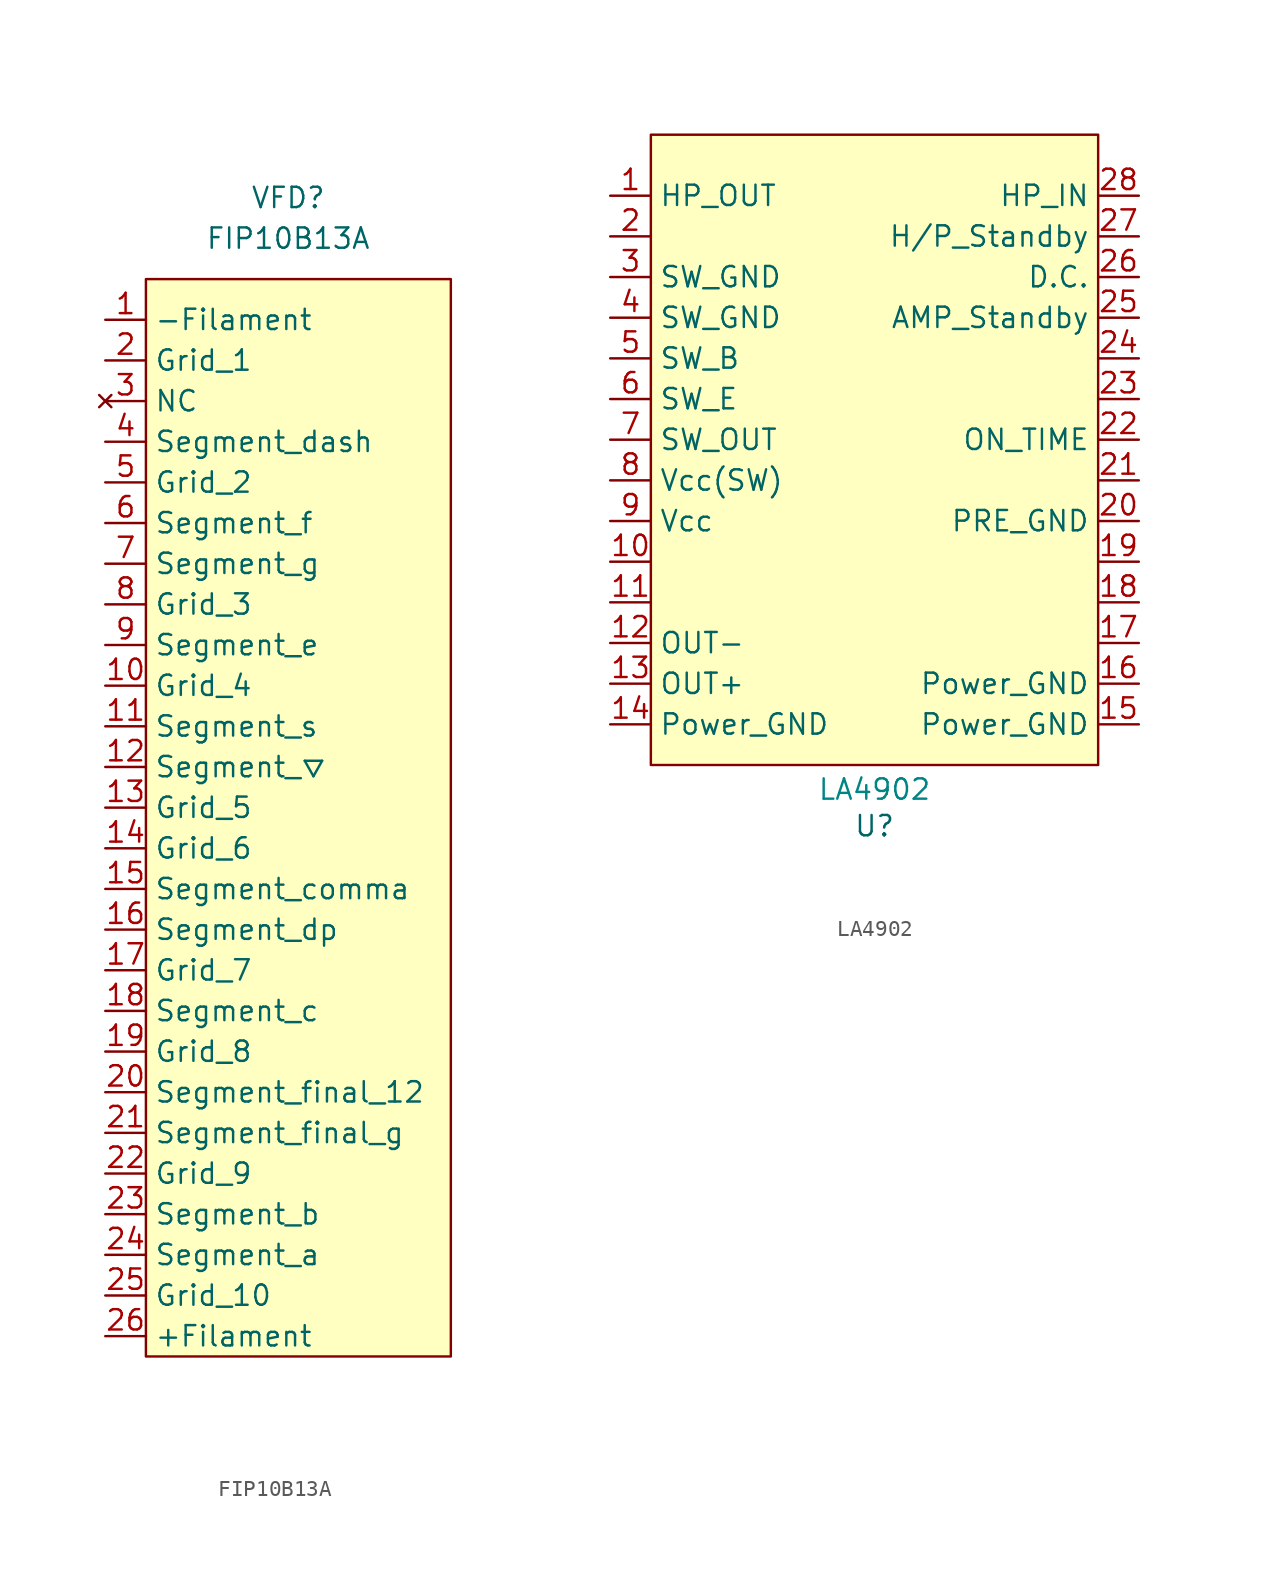
<source format=kicad_sym>
(kicad_symbol_lib
  (version 20241209)
  (generator "kicad_symbol_editor")
  (generator_version "9.0")
  (symbol "FIP10B13A"
    (property "Reference" "VFD"
      (at 0 35.56 0)
      (effects (font (size 1.27 1.27))))
    (property "Value" "FIP10B13A"
      (at 0 33.02 0)
      (effects (font (size 1.27 1.27))))
    (symbol "FIP10B13A_0_0"
      (pin bidirectional line (at -11.43 27.94 0) (length 2.54) (name "-Filament" (effects (font (size 1.27 1.27)))) (number "1" (effects (font (size 1.27 1.27)))))
      (pin input line (at -11.43 25.4 0) (length 2.54) (name "Grid_1" (effects (font (size 1.27 1.27)))) (number "2" (effects (font (size 1.27 1.27)))))
      (pin no_connect line (at -11.43 22.86 0) (length 2.54) (name "NC" (effects (font (size 1.27 1.27)))) (number "3" (effects (font (size 1.27 1.27)))))
      (pin input line (at -11.43 20.32 0) (length 2.54) (name "Segment_dash" (effects (font (size 1.27 1.27)))) (number "4" (effects (font (size 1.27 1.27)))))
      (pin input line (at -11.43 17.78 0) (length 2.54) (name "Grid_2" (effects (font (size 1.27 1.27)))) (number "5" (effects (font (size 1.27 1.27)))))
      (pin input line (at -11.43 15.24 0) (length 2.54) (name "Segment_f" (effects (font (size 1.27 1.27)))) (number "6" (effects (font (size 1.27 1.27)))))
      (pin input line (at -11.43 12.7 0) (length 2.54) (name "Segment_g" (effects (font (size 1.27 1.27)))) (number "7" (effects (font (size 1.27 1.27)))))
      (pin input line (at -11.43 10.16 0) (length 2.54) (name "Grid_3" (effects (font (size 1.27 1.27)))) (number "8" (effects (font (size 1.27 1.27)))))
      (pin input line (at -11.43 7.62 0) (length 2.54) (name "Segment_e" (effects (font (size 1.27 1.27)))) (number "9" (effects (font (size 1.27 1.27)))))
      (pin input line (at -11.43 5.08 0) (length 2.54) (name "Grid_4" (effects (font (size 1.27 1.27)))) (number "10" (effects (font (size 1.27 1.27)))))
      (pin input line (at -11.43 2.54 0) (length 2.54) (name "Segment_s" (effects (font (size 1.27 1.27)))) (number "11" (effects (font (size 1.27 1.27)))))
      (pin input line (at -11.43 0 0) (length 2.54) (name "Segment_▽" (effects (font (size 1.27 1.27)))) (number "12" (effects (font (size 1.27 1.27)))))
      (pin input line (at -11.43 -2.54 0) (length 2.54) (name "Grid_5" (effects (font (size 1.27 1.27)))) (number "13" (effects (font (size 1.27 1.27)))))
      (pin input line (at -11.43 -5.08 0) (length 2.54) (name "Grid_6" (effects (font (size 1.27 1.27)))) (number "14" (effects (font (size 1.27 1.27)))))
      (pin input line (at -11.43 -7.62 0) (length 2.54) (name "Segment_comma" (effects (font (size 1.27 1.27)))) (number "15" (effects (font (size 1.27 1.27)))))
      (pin input line (at -11.43 -10.16 0) (length 2.54) (name "Segment_dp" (effects (font (size 1.27 1.27)))) (number "16" (effects (font (size 1.27 1.27)))))
      (pin input line (at -11.43 -12.7 0) (length 2.54) (name "Grid_7" (effects (font (size 1.27 1.27)))) (number "17" (effects (font (size 1.27 1.27)))))
      (pin input line (at -11.43 -15.24 0) (length 2.54) (name "Segment_c" (effects (font (size 1.27 1.27)))) (number "18" (effects (font (size 1.27 1.27)))))
      (pin input line (at -11.43 -17.78 0) (length 2.54) (name "Grid_8" (effects (font (size 1.27 1.27)))) (number "19" (effects (font (size 1.27 1.27)))))
      (pin input line (at -11.43 -20.32 0) (length 2.54) (name "Segment_final_12" (effects (font (size 1.27 1.27)))) (number "20" (effects (font (size 1.27 1.27)))))
      (pin input line (at -11.43 -22.86 0) (length 2.54) (name "Segment_final_g" (effects (font (size 1.27 1.27)))) (number "21" (effects (font (size 1.27 1.27)))))
      (pin input line (at -11.43 -25.4 0) (length 2.54) (name "Grid_9" (effects (font (size 1.27 1.27)))) (number "22" (effects (font (size 1.27 1.27)))))
      (pin input line (at -11.43 -27.94 0) (length 2.54) (name "Segment_b" (effects (font (size 1.27 1.27)))) (number "23" (effects (font (size 1.27 1.27)))))
      (pin input line (at -11.43 -30.48 0) (length 2.54) (name "Segment_a" (effects (font (size 1.27 1.27)))) (number "24" (effects (font (size 1.27 1.27)))))
      (pin input line (at -11.43 -33.02 0) (length 2.54) (name "Grid_10" (effects (font (size 1.27 1.27)))) (number "25" (effects (font (size 1.27 1.27)))))
      (pin bidirectional line (at -11.43 -35.56 0) (length 2.54) (name "+Filament" (effects (font (size 1.27 1.27)))) (number "26" (effects (font (size 1.27 1.27))))))
    (symbol "FIP10B13A_1_1"
      (rectangle (start -8.89 30.48) (end 10.16 -36.83) (stroke (width 0) (type default)) (fill (type background)))))
  (symbol "LA4902"
    (property "Reference" "U"
      (at 0 -2.54 0)
      (effects (font (size 1.27 1.27))))
    (property "Value" ""
      (at 0 -1.27 0)
      (effects (font (size 1.27 1.27))))
    (symbol "LA4902_1_1"
      (rectangle (start -13.97 40.64) (end 13.97 1.27) (stroke (width 0) (type solid)) (fill (type background)))
      (text "LA4902" (at 0 -0.254 0) (effects (font (size 1.27 1.27) (color 0 132 132 1))))
      (pin output line (at -16.51 36.83 0) (length 2.54) (name "HP_OUT" (effects (font (size 1.27 1.27)))) (number "1" (effects (font (size 1.27 1.27)))))
      (pin unspecified line (at -16.51 34.29 0) (length 2.54) (name "" (effects (font (size 1.27 1.27)))) (number "2" (effects (font (size 1.27 1.27)))))
      (pin power_out line (at -16.51 31.75 0) (length 2.54) (name "SW_GND" (effects (font (size 1.27 1.27)))) (number "3" (effects (font (size 1.27 1.27)))))
      (pin power_out line (at -16.51 29.21 0) (length 2.54) (name "SW_GND" (effects (font (size 1.27 1.27)))) (number "4" (effects (font (size 1.27 1.27)))))
      (pin unspecified line (at -16.51 26.67 0) (length 2.54) (name "SW_B" (effects (font (size 1.27 1.27)))) (number "5" (effects (font (size 1.27 1.27)))))
      (pin unspecified line (at -16.51 24.13 0) (length 2.54) (name "SW_E" (effects (font (size 1.27 1.27)))) (number "6" (effects (font (size 1.27 1.27)))))
      (pin output line (at -16.51 21.59 0) (length 2.54) (name "SW_OUT" (effects (font (size 1.27 1.27)))) (number "7" (effects (font (size 1.27 1.27)))))
      (pin power_in line (at -16.51 19.05 0) (length 2.54) (name "Vcc(SW)" (effects (font (size 1.27 1.27)))) (number "8" (effects (font (size 1.27 1.27)))))
      (pin power_in line (at -16.51 16.51 0) (length 2.54) (name "Vcc" (effects (font (size 1.27 1.27)))) (number "9" (effects (font (size 1.27 1.27)))))
      (pin unspecified line (at -16.51 13.97 0) (length 2.54) (name "" (effects (font (size 1.27 1.27)))) (number "10" (effects (font (size 1.27 1.27)))))
      (pin unspecified line (at -16.51 11.43 0) (length 2.54) (name "" (effects (font (size 1.27 1.27)))) (number "11" (effects (font (size 1.27 1.27)))))
      (pin output line (at -16.51 8.89 0) (length 2.54) (name "OUT-" (effects (font (size 1.27 1.27)))) (number "12" (effects (font (size 1.27 1.27)))))
      (pin output line (at -16.51 6.35 0) (length 2.54) (name "OUT+" (effects (font (size 1.27 1.27)))) (number "13" (effects (font (size 1.27 1.27)))))
      (pin power_out line (at -16.51 3.81 0) (length 2.54) (name "Power_GND" (effects (font (size 1.27 1.27)))) (number "14" (effects (font (size 1.27 1.27)))))
      (pin input line (at 16.51 36.83 180) (length 2.54) (name "HP_IN" (effects (font (size 1.27 1.27)))) (number "28" (effects (font (size 1.27 1.27)))))
      (pin unspecified line (at 16.51 34.29 180) (length 2.54) (name "H/P_Standby" (effects (font (size 1.27 1.27)))) (number "27" (effects (font (size 1.27 1.27)))))
      (pin unspecified line (at 16.51 31.75 180) (length 2.54) (name "D.C." (effects (font (size 1.27 1.27)))) (number "26" (effects (font (size 1.27 1.27)))))
      (pin unspecified line (at 16.51 29.21 180) (length 2.54) (name "AMP_Standby" (effects (font (size 1.27 1.27)))) (number "25" (effects (font (size 1.27 1.27)))))
      (pin unspecified line (at 16.51 26.67 180) (length 2.54) (name "" (effects (font (size 1.27 1.27)))) (number "24" (effects (font (size 1.27 1.27)))))
      (pin unspecified line (at 16.51 24.13 180) (length 2.54) (name "" (effects (font (size 1.27 1.27)))) (number "23" (effects (font (size 1.27 1.27)))))
      (pin output line (at 16.51 21.59 180) (length 2.54) (name "ON_TIME" (effects (font (size 1.27 1.27)))) (number "22" (effects (font (size 1.27 1.27)))))
      (pin unspecified line (at 16.51 19.05 180) (length 2.54) (name "" (effects (font (size 1.27 1.27)))) (number "21" (effects (font (size 1.27 1.27)))))
      (pin output line (at 16.51 16.51 180) (length 2.54) (name "PRE_GND" (effects (font (size 1.27 1.27)))) (number "20" (effects (font (size 1.27 1.27)))))
      (pin unspecified line (at 16.51 13.97 180) (length 2.54) (name "" (effects (font (size 1.27 1.27)))) (number "19" (effects (font (size 1.27 1.27)))))
      (pin output line (at 16.51 11.43 180) (length 2.54) (name "" (effects (font (size 1.27 1.27)))) (number "18" (effects (font (size 1.27 1.27)))))
      (pin output line (at 16.51 8.89 180) (length 2.54) (name "" (effects (font (size 1.27 1.27)))) (number "17" (effects (font (size 1.27 1.27)))))
      (pin power_out line (at 16.51 6.35 180) (length 2.54) (name "Power_GND" (effects (font (size 1.27 1.27)))) (number "16" (effects (font (size 1.27 1.27)))))
      (pin power_out line (at 16.51 3.81 180) (length 2.54) (name "Power_GND" (effects (font (size 1.27 1.27)))) (number "15" (effects (font (size 1.27 1.27))))))))
</source>
